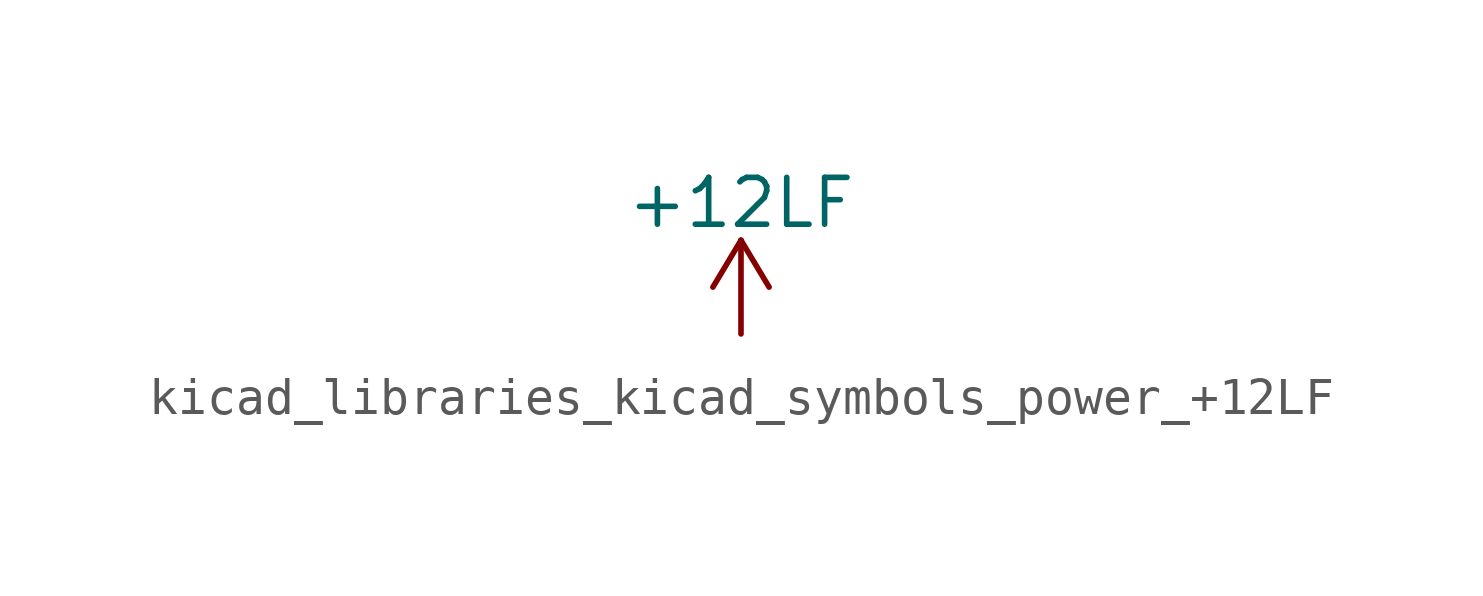
<source format=kicad_sym>
(kicad_symbol_lib
  (version 20220914)
  (generator kicad_symbol_editor)
  (symbol "kicad_libraries_kicad_symbols_power_+12LF"
    (power)
    (pin_names
      (offset 0))
    (property "Reference" "#PWR"
      (at 0 -3.81 0)
      (effects (font (size 1.27 1.27)) hide))
    (property "Value" "+12LF"
      (at 0 3.556 0)
      (effects (font (size 1.27 1.27))))
    (symbol "kicad_libraries_kicad_symbols_power_+12LF_0_1"
      (polyline (pts (xy -0.762 1.27) (xy 0 2.54)) (stroke (width 0) (type default)) (fill (type none)))
      (polyline (pts (xy 0 0) (xy 0 2.54)) (stroke (width 0) (type default)) (fill (type none)))
      (polyline (pts (xy 0 2.54) (xy 0.762 1.27)) (stroke (width 0) (type default)) (fill (type none))))
    (symbol "kicad_libraries_kicad_symbols_power_+12LF_1_1"
      (pin power_in line (at 0 0 90) (length 0) hide (name "+12LF" (effects (font (size 1.27 1.27)))) (number "1" (effects (font (size 1.27 1.27))))))))
</source>
